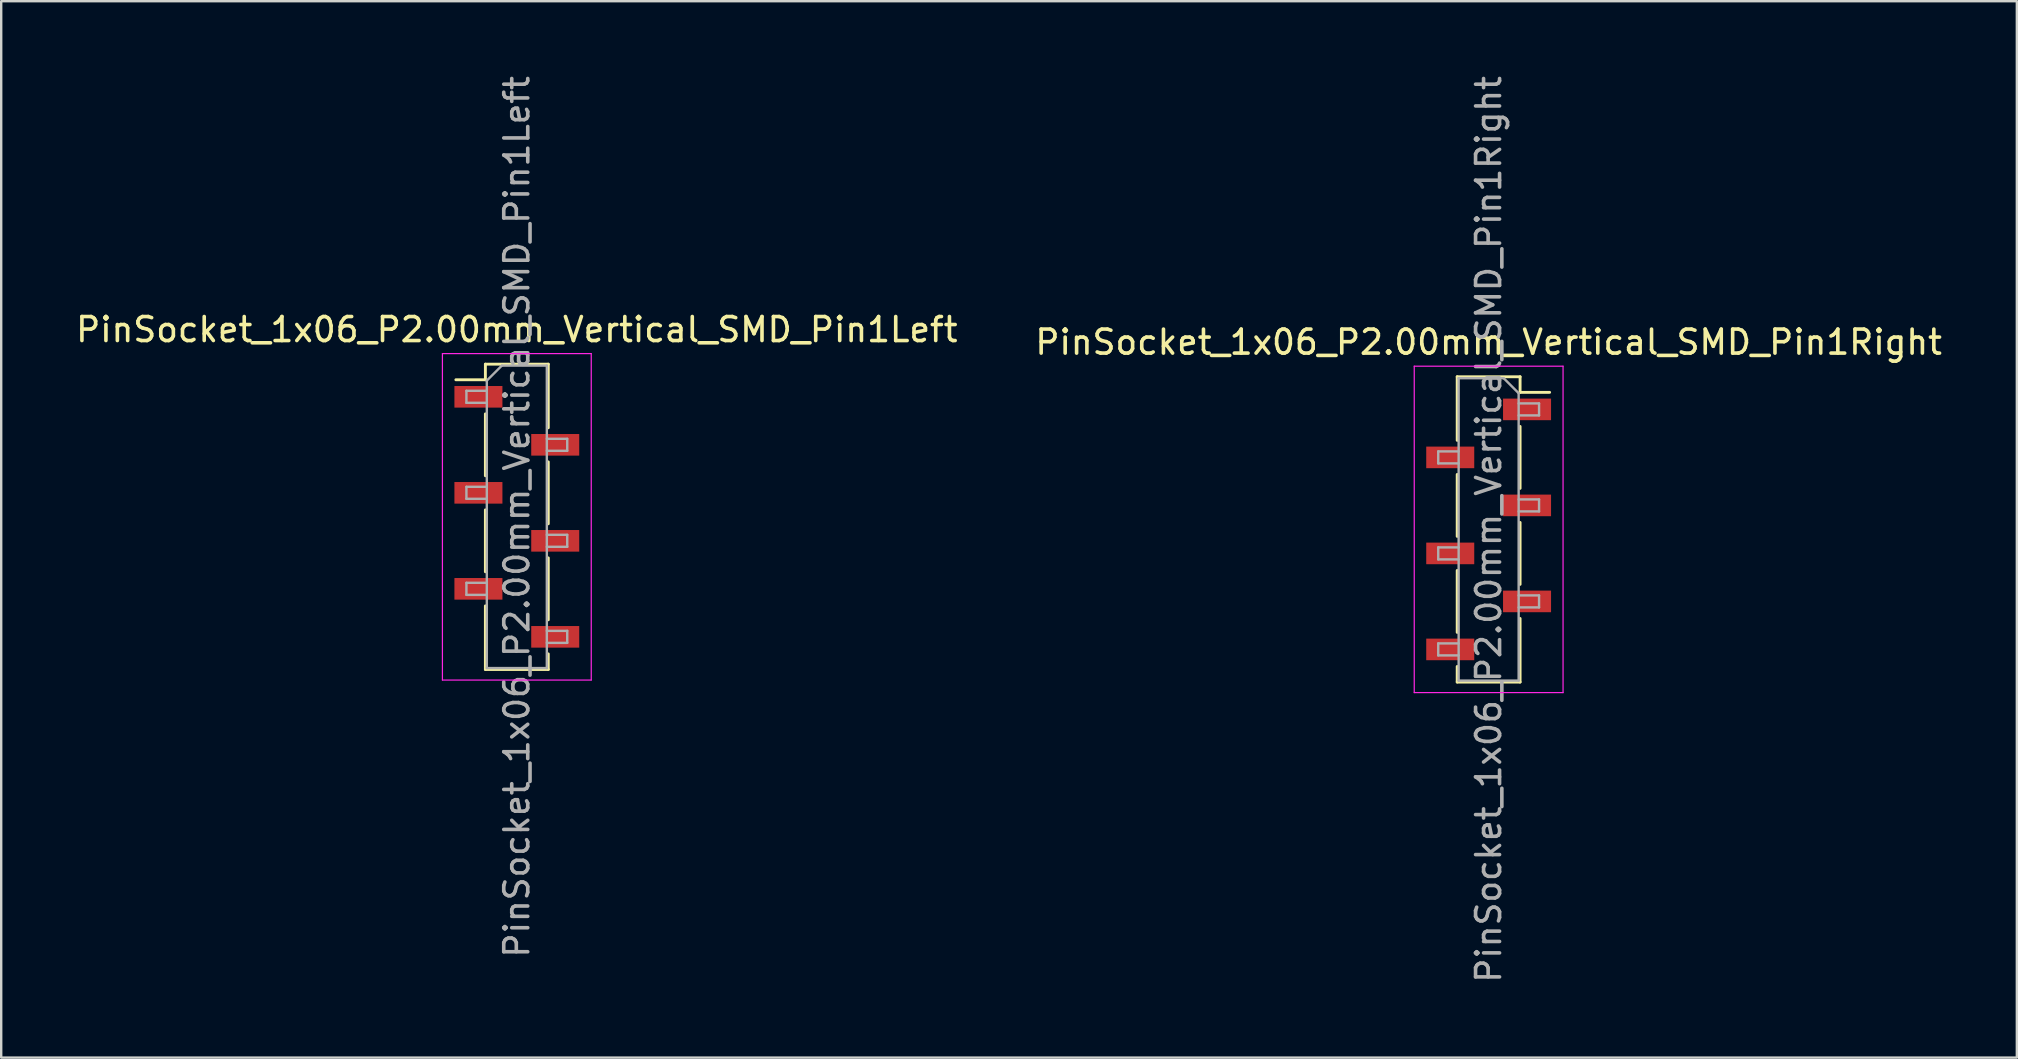
<source format=kicad_pcb>
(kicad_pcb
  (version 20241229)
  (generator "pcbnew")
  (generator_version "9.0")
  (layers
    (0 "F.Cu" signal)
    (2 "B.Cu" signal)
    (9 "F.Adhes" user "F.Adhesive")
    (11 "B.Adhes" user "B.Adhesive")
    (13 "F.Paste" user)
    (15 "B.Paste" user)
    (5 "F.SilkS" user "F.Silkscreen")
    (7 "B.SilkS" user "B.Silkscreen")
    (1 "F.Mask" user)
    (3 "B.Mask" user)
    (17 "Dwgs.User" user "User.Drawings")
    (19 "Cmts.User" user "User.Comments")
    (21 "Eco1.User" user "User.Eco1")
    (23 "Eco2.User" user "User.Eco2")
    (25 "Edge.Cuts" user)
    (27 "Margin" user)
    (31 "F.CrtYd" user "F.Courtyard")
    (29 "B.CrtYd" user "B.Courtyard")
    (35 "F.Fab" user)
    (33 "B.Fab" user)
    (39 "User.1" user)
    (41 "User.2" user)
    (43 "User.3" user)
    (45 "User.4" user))
  (footprint "PinSocket_1x06_P2.00mm_Vertical_SMD_Pin1Left"
    (layer "F.Cu")
    (at 18.482 18.482)
    (property "Reference" "PinSocket_1x06_P2.00mm_Vertical_SMD_Pin1Left" (at 0 -7.8 0) (layer "F.SilkS") (effects (font (size 1 1) (thickness 0.15))))
    (attr smd)
    (fp_line (start -2.54 -5.71) (end -1.31 -5.71) (stroke (width 0.12) (type solid)) (layer "F.SilkS"))
    (fp_line (start -1.31 -6.36) (end -1.31 -5.71) (stroke (width 0.12) (type solid)) (layer "F.SilkS"))
    (fp_line (start -1.31 -6.36) (end 1.31 -6.36) (stroke (width 0.12) (type solid)) (layer "F.SilkS"))
    (fp_line (start -1.31 -4.29) (end -1.31 -1.71) (stroke (width 0.12) (type solid)) (layer "F.SilkS"))
    (fp_line (start -1.31 -0.29) (end -1.31 2.29) (stroke (width 0.12) (type solid)) (layer "F.SilkS"))
    (fp_line (start -1.31 3.71) (end -1.31 6.36) (stroke (width 0.12) (type solid)) (layer "F.SilkS"))
    (fp_line (start -1.31 6.36) (end 1.31 6.36) (stroke (width 0.12) (type solid)) (layer "F.SilkS"))
    (fp_line (start 1.31 -6.36) (end 1.31 -3.71) (stroke (width 0.12) (type solid)) (layer "F.SilkS"))
    (fp_line (start 1.31 -2.29) (end 1.31 0.29) (stroke (width 0.12) (type solid)) (layer "F.SilkS"))
    (fp_line (start 1.31 1.71) (end 1.31 4.29) (stroke (width 0.12) (type solid)) (layer "F.SilkS"))
    (fp_line (start 1.31 5.71) (end 1.31 6.36) (stroke (width 0.12) (type solid)) (layer "F.SilkS"))
    (fp_line (start -3.1 -6.8) (end 3.1 -6.8) (stroke (width 0.05) (type solid)) (layer "F.CrtYd"))
    (fp_line (start -3.1 6.8) (end -3.1 -6.8) (stroke (width 0.05) (type solid)) (layer "F.CrtYd"))
    (fp_line (start 3.1 -6.8) (end 3.1 6.8) (stroke (width 0.05) (type solid)) (layer "F.CrtYd"))
    (fp_line (start 3.1 6.8) (end -3.1 6.8) (stroke (width 0.05) (type solid)) (layer "F.CrtYd"))
    (fp_line (start -2.1 -5.25) (end -1.25 -5.25) (stroke (width 0.1) (type solid)) (layer "F.Fab"))
    (fp_line (start -2.1 -4.75) (end -2.1 -5.25) (stroke (width 0.1) (type solid)) (layer "F.Fab"))
    (fp_line (start -2.1 -1.25) (end -1.25 -1.25) (stroke (width 0.1) (type solid)) (layer "F.Fab"))
    (fp_line (start -2.1 -0.75) (end -2.1 -1.25) (stroke (width 0.1) (type solid)) (layer "F.Fab"))
    (fp_line (start -2.1 2.75) (end -1.25 2.75) (stroke (width 0.1) (type solid)) (layer "F.Fab"))
    (fp_line (start -2.1 3.25) (end -2.1 2.75) (stroke (width 0.1) (type solid)) (layer "F.Fab"))
    (fp_line (start -1.25 -5.675) (end -0.625 -6.3) (stroke (width 0.1) (type solid)) (layer "F.Fab"))
    (fp_line (start -1.25 -4.75) (end -2.1 -4.75) (stroke (width 0.1) (type solid)) (layer "F.Fab"))
    (fp_line (start -1.25 -0.75) (end -2.1 -0.75) (stroke (width 0.1) (type solid)) (layer "F.Fab"))
    (fp_line (start -1.25 3.25) (end -2.1 3.25) (stroke (width 0.1) (type solid)) (layer "F.Fab"))
    (fp_line (start -1.25 6.3) (end -1.25 -5.675) (stroke (width 0.1) (type solid)) (layer "F.Fab"))
    (fp_line (start -0.625 -6.3) (end 1.25 -6.3) (stroke (width 0.1) (type solid)) (layer "F.Fab"))
    (fp_line (start 1.25 -6.3) (end 1.25 6.3) (stroke (width 0.1) (type solid)) (layer "F.Fab"))
    (fp_line (start 1.25 -3.25) (end 2.1 -3.25) (stroke (width 0.1) (type solid)) (layer "F.Fab"))
    (fp_line (start 1.25 0.75) (end 2.1 0.75) (stroke (width 0.1) (type solid)) (layer "F.Fab"))
    (fp_line (start 1.25 4.75) (end 2.1 4.75) (stroke (width 0.1) (type solid)) (layer "F.Fab"))
    (fp_line (start 1.25 6.3) (end -1.25 6.3) (stroke (width 0.1) (type solid)) (layer "F.Fab"))
    (fp_line (start 2.1 -3.25) (end 2.1 -2.75) (stroke (width 0.1) (type solid)) (layer "F.Fab"))
    (fp_line (start 2.1 -2.75) (end 1.25 -2.75) (stroke (width 0.1) (type solid)) (layer "F.Fab"))
    (fp_line (start 2.1 0.75) (end 2.1 1.25) (stroke (width 0.1) (type solid)) (layer "F.Fab"))
    (fp_line (start 2.1 1.25) (end 1.25 1.25) (stroke (width 0.1) (type solid)) (layer "F.Fab"))
    (fp_line (start 2.1 4.75) (end 2.1 5.25) (stroke (width 0.1) (type solid)) (layer "F.Fab"))
    (fp_line (start 2.1 5.25) (end 1.25 5.25) (stroke (width 0.1) (type solid)) (layer "F.Fab"))
    (fp_text user "${REFERENCE}" (at 0 0 90) (layer "F.Fab") (effects (font (size 1 1) (thickness 0.15))))
    (pad "1" smd rect (at -1.6 -5) (size 2 0.9) (layers "F.Cu" "F.Mask" "F.Paste"))
    (pad "2" smd rect (at 1.6 -3) (size 2 0.9) (layers "F.Cu" "F.Mask" "F.Paste"))
    (pad "3" smd rect (at -1.6 -1) (size 2 0.9) (layers "F.Cu" "F.Mask" "F.Paste"))
    (pad "4" smd rect (at 1.6 1) (size 2 0.9) (layers "F.Cu" "F.Mask" "F.Paste"))
    (pad "5" smd rect (at -1.6 3) (size 2 0.9) (layers "F.Cu" "F.Mask" "F.Paste"))
    (pad "6" smd rect (at 1.6 5) (size 2 0.9) (layers "F.Cu" "F.Mask" "F.Paste")))
  (footprint "PinSocket_1x06_P2.00mm_Vertical_SMD_Pin1Right"
    (layer "F.Cu")
    (at 58.97 19.006)
    (property "Reference" "PinSocket_1x06_P2.00mm_Vertical_SMD_Pin1Right" (at 0 -7.8 0) (layer "F.SilkS") (effects (font (size 1 1) (thickness 0.15))))
    (attr smd)
    (fp_line (start -1.31 -6.36) (end -1.31 -3.71) (stroke (width 0.12) (type solid)) (layer "F.SilkS"))
    (fp_line (start -1.31 -6.36) (end 1.31 -6.36) (stroke (width 0.12) (type solid)) (layer "F.SilkS"))
    (fp_line (start -1.31 -2.29) (end -1.31 0.29) (stroke (width 0.12) (type solid)) (layer "F.SilkS"))
    (fp_line (start -1.31 1.71) (end -1.31 4.29) (stroke (width 0.12) (type solid)) (layer "F.SilkS"))
    (fp_line (start -1.31 5.71) (end -1.31 6.36) (stroke (width 0.12) (type solid)) (layer "F.SilkS"))
    (fp_line (start -1.31 6.36) (end 1.31 6.36) (stroke (width 0.12) (type solid)) (layer "F.SilkS"))
    (fp_line (start 1.31 -6.36) (end 1.31 -5.71) (stroke (width 0.12) (type solid)) (layer "F.SilkS"))
    (fp_line (start 1.31 -5.71) (end 2.54 -5.71) (stroke (width 0.12) (type solid)) (layer "F.SilkS"))
    (fp_line (start 1.31 -4.29) (end 1.31 -1.71) (stroke (width 0.12) (type solid)) (layer "F.SilkS"))
    (fp_line (start 1.31 -0.29) (end 1.31 2.29) (stroke (width 0.12) (type solid)) (layer "F.SilkS"))
    (fp_line (start 1.31 3.71) (end 1.31 6.36) (stroke (width 0.12) (type solid)) (layer "F.SilkS"))
    (fp_line (start -3.1 -6.8) (end 3.1 -6.8) (stroke (width 0.05) (type solid)) (layer "F.CrtYd"))
    (fp_line (start -3.1 6.8) (end -3.1 -6.8) (stroke (width 0.05) (type solid)) (layer "F.CrtYd"))
    (fp_line (start 3.1 -6.8) (end 3.1 6.8) (stroke (width 0.05) (type solid)) (layer "F.CrtYd"))
    (fp_line (start 3.1 6.8) (end -3.1 6.8) (stroke (width 0.05) (type solid)) (layer "F.CrtYd"))
    (fp_line (start -2.1 -3.25) (end -1.25 -3.25) (stroke (width 0.1) (type solid)) (layer "F.Fab"))
    (fp_line (start -2.1 -2.75) (end -2.1 -3.25) (stroke (width 0.1) (type solid)) (layer "F.Fab"))
    (fp_line (start -2.1 0.75) (end -1.25 0.75) (stroke (width 0.1) (type solid)) (layer "F.Fab"))
    (fp_line (start -2.1 1.25) (end -2.1 0.75) (stroke (width 0.1) (type solid)) (layer "F.Fab"))
    (fp_line (start -2.1 4.75) (end -1.25 4.75) (stroke (width 0.1) (type solid)) (layer "F.Fab"))
    (fp_line (start -2.1 5.25) (end -2.1 4.75) (stroke (width 0.1) (type solid)) (layer "F.Fab"))
    (fp_line (start -1.25 -6.3) (end 0.625 -6.3) (stroke (width 0.1) (type solid)) (layer "F.Fab"))
    (fp_line (start -1.25 -2.75) (end -2.1 -2.75) (stroke (width 0.1) (type solid)) (layer "F.Fab"))
    (fp_line (start -1.25 1.25) (end -2.1 1.25) (stroke (width 0.1) (type solid)) (layer "F.Fab"))
    (fp_line (start -1.25 5.25) (end -2.1 5.25) (stroke (width 0.1) (type solid)) (layer "F.Fab"))
    (fp_line (start -1.25 6.3) (end -1.25 -6.3) (stroke (width 0.1) (type solid)) (layer "F.Fab"))
    (fp_line (start 0.625 -6.3) (end 1.25 -5.675) (stroke (width 0.1) (type solid)) (layer "F.Fab"))
    (fp_line (start 1.25 -5.675) (end 1.25 6.3) (stroke (width 0.1) (type solid)) (layer "F.Fab"))
    (fp_line (start 1.25 -5.25) (end 2.1 -5.25) (stroke (width 0.1) (type solid)) (layer "F.Fab"))
    (fp_line (start 1.25 -1.25) (end 2.1 -1.25) (stroke (width 0.1) (type solid)) (layer "F.Fab"))
    (fp_line (start 1.25 2.75) (end 2.1 2.75) (stroke (width 0.1) (type solid)) (layer "F.Fab"))
    (fp_line (start 1.25 6.3) (end -1.25 6.3) (stroke (width 0.1) (type solid)) (layer "F.Fab"))
    (fp_line (start 2.1 -5.25) (end 2.1 -4.75) (stroke (width 0.1) (type solid)) (layer "F.Fab"))
    (fp_line (start 2.1 -4.75) (end 1.25 -4.75) (stroke (width 0.1) (type solid)) (layer "F.Fab"))
    (fp_line (start 2.1 -1.25) (end 2.1 -0.75) (stroke (width 0.1) (type solid)) (layer "F.Fab"))
    (fp_line (start 2.1 -0.75) (end 1.25 -0.75) (stroke (width 0.1) (type solid)) (layer "F.Fab"))
    (fp_line (start 2.1 2.75) (end 2.1 3.25) (stroke (width 0.1) (type solid)) (layer "F.Fab"))
    (fp_line (start 2.1 3.25) (end 1.25 3.25) (stroke (width 0.1) (type solid)) (layer "F.Fab"))
    (fp_text user "${REFERENCE}" (at 0 0 90) (layer "F.Fab") (effects (font (size 1 1) (thickness 0.15))))
    (pad "1" smd rect (at 1.6 -5) (size 2 0.9) (layers "F.Cu" "F.Mask" "F.Paste"))
    (pad "2" smd rect (at -1.6 -3) (size 2 0.9) (layers "F.Cu" "F.Mask" "F.Paste"))
    (pad "3" smd rect (at 1.6 -1) (size 2 0.9) (layers "F.Cu" "F.Mask" "F.Paste"))
    (pad "4" smd rect (at -1.6 1) (size 2 0.9) (layers "F.Cu" "F.Mask" "F.Paste"))
    (pad "5" smd rect (at 1.6 3) (size 2 0.9) (layers "F.Cu" "F.Mask" "F.Paste"))
    (pad "6" smd rect (at -1.6 5) (size 2 0.9) (layers "F.Cu" "F.Mask" "F.Paste")))
  (gr_rect
    (start -3 -3)
    (end 80.976 41.012)
    (stroke (width 0.1) (type default))
    (fill no)
    (layer "Edge.Cuts")))
</source>
